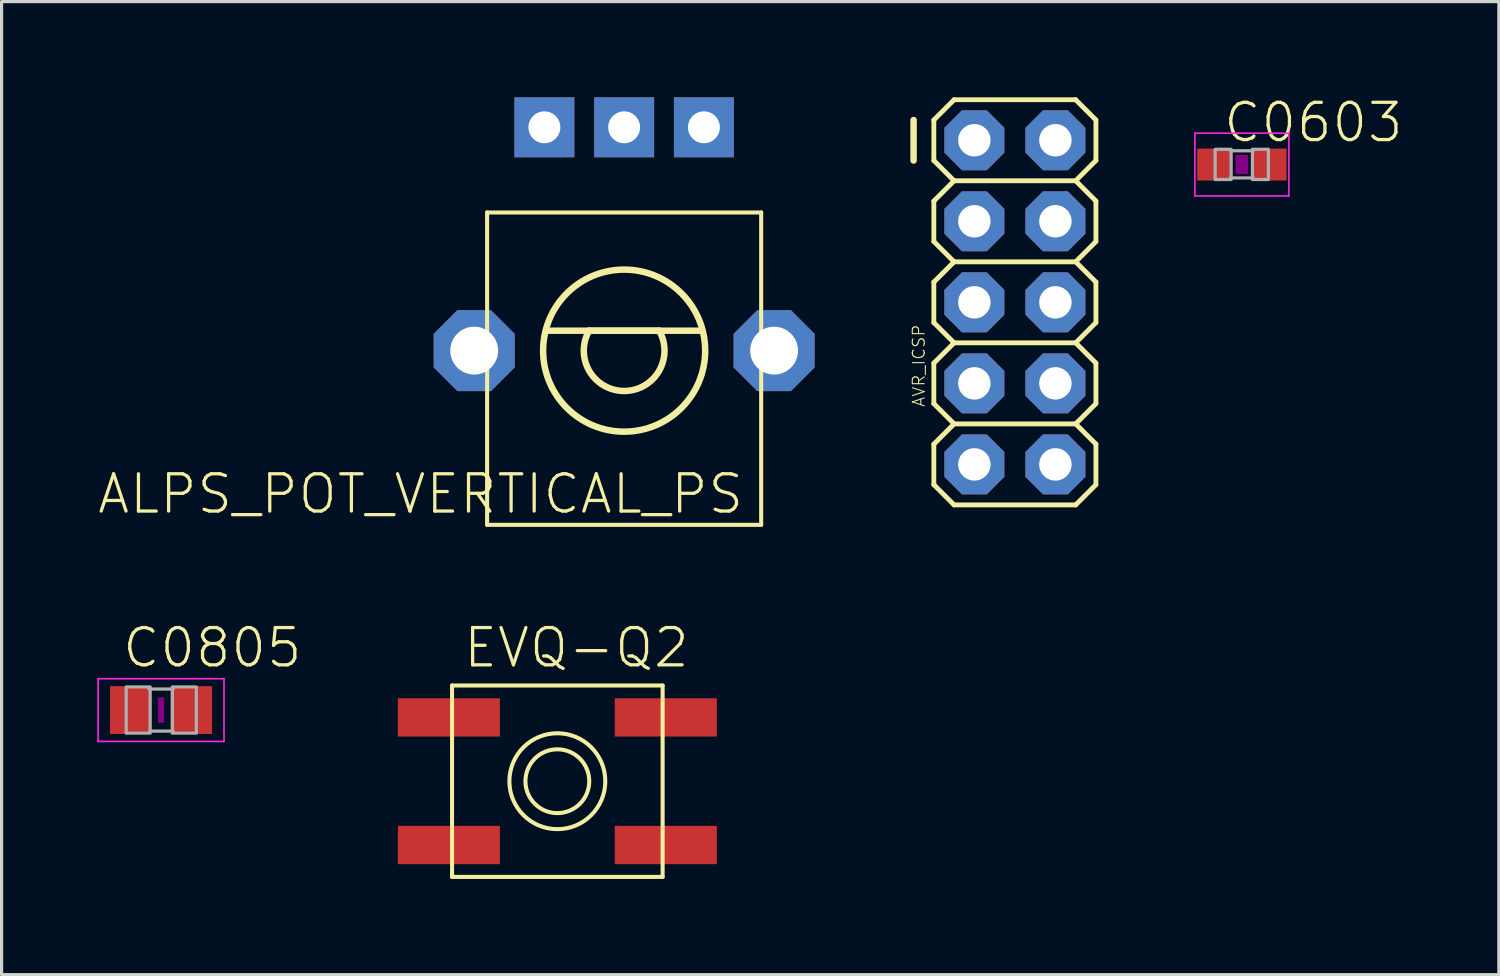
<source format=kicad_pcb>
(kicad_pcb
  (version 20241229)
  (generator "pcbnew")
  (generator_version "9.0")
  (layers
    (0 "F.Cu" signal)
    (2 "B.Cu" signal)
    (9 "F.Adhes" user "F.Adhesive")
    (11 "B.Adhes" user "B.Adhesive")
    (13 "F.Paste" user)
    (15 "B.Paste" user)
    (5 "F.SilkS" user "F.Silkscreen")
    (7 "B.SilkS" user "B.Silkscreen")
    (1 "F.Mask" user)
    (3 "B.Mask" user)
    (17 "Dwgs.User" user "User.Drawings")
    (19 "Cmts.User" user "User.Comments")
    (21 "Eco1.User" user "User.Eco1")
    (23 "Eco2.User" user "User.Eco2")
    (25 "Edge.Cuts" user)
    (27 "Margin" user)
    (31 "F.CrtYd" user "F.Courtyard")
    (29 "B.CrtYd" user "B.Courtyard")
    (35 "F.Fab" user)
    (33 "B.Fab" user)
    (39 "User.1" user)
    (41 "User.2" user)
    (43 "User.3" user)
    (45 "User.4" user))
  (footprint "EVQ-Q2"
    (layer "F.Cu")
    (at 14.419 21.436)
    (property "Reference" "EVQ-Q2" (at -3 -3.5 0) (layer "F.SilkS") (effects (font (size 1.168 1.168) (thickness 0.102)) (justify left bottom)))
    (fp_line (start -3.3 -3) (end 3.3 -3) (stroke (width 0.127) (type solid)) (layer "F.SilkS"))
    (fp_line (start -3.3 3) (end -3.3 -3) (stroke (width 0.127) (type solid)) (layer "F.SilkS"))
    (fp_line (start 3.3 -3) (end 3.3 3) (stroke (width 0.127) (type solid)) (layer "F.SilkS"))
    (fp_line (start 3.3 3) (end -3.3 3) (stroke (width 0.127) (type solid)) (layer "F.SilkS"))
    (fp_circle (center 0 0) (end 1 0) (stroke (width 0.127) (type solid)) (fill no) (layer "F.SilkS"))
    (fp_circle (center 0 0) (end 1.503 0) (stroke (width 0.127) (type solid)) (fill no) (layer "F.SilkS"))
    (pad "A" smd rect (at -3.4 2) (size 3.2 1.2) (layers "F.Cu" "F.Mask" "F.Paste"))
    (pad "A'" smd rect (at 3.4 2) (size 3.2 1.2) (layers "F.Cu" "F.Mask" "F.Paste"))
    (pad "B" smd rect (at -3.4 -2) (size 3.2 1.2) (layers "F.Cu" "F.Mask" "F.Paste"))
    (pad "B'" smd rect (at 3.4 -2) (size 3.2 1.2) (layers "F.Cu" "F.Mask" "F.Paste")))
  (footprint "C0805"
    (layer "F.Cu")
    (at 1.998 19.206)
    (property "Reference" "C0805" (at -1.27 -1.27 0) (layer "F.SilkS") (effects (font (size 1.168 1.168) (thickness 0.102)) (justify left bottom)))
    (fp_poly (pts (xy -0.1 0.4) (xy 0.1 0.4) (xy 0.1 -0.4) (xy -0.1 -0.4)) (stroke (width 0) (type solid)) (fill yes) (layer "F.Adhes"))
    (fp_line (start -1.973 -0.983) (end 1.973 -0.983) (stroke (width 0.051) (type solid)) (layer "F.CrtYd"))
    (fp_line (start -1.973 0.983) (end -1.973 -0.983) (stroke (width 0.051) (type solid)) (layer "F.CrtYd"))
    (fp_line (start 1.973 -0.983) (end 1.973 0.983) (stroke (width 0.051) (type solid)) (layer "F.CrtYd"))
    (fp_line (start 1.973 0.983) (end -1.973 0.983) (stroke (width 0.051) (type solid)) (layer "F.CrtYd"))
    (fp_line (start -0.381 -0.66) (end 0.381 -0.66) (stroke (width 0.102) (type solid)) (layer "F.Fab"))
    (fp_line (start -0.356 0.66) (end 0.381 0.66) (stroke (width 0.102) (type solid)) (layer "F.Fab"))
    (fp_poly (pts (xy -1.092 0.724) (xy -0.342 0.724) (xy -0.342 -0.726) (xy -1.092 -0.726)) (stroke (width 0.1) (type solid)) (fill no) (layer "F.Fab"))
    (fp_poly (pts (xy 0.356 0.724) (xy 1.106 0.724) (xy 1.106 -0.726) (xy 0.356 -0.726)) (stroke (width 0.1) (type solid)) (fill no) (layer "F.Fab"))
    (pad "1" smd rect (at -0.95 0) (size 1.3 1.5) (layers "F.Cu" "F.Mask" "F.Paste"))
    (pad "2" smd rect (at 0.95 0) (size 1.3 1.5) (layers "F.Cu" "F.Mask" "F.Paste")))
  (footprint "ALPS_POT_VERTICAL_PS"
    (layer "F.Cu")
    (at 16.513 7.94)
    (property "Reference" "ALPS_POT_VERTICAL_PS" (at 3.81 3.81 0) (layer "F.SilkS") (effects (font (size 1.168 1.168) (thickness 0.102)) (justify right top)))
    (fp_line (start -4.295 -4.33) (end 4.295 -4.33) (stroke (width 0.127) (type solid)) (layer "F.SilkS"))
    (fp_line (start -4.295 5.46) (end -4.295 -4.33) (stroke (width 0.127) (type solid)) (layer "F.SilkS"))
    (fp_line (start -2.45 -0.625) (end 2.425 -0.625) (stroke (width 0.203) (type solid)) (layer "F.SilkS"))
    (fp_line (start -1.1 -0.625) (end 1.1 -0.625) (stroke (width 0.203) (type solid)) (layer "F.SilkS"))
    (fp_line (start 4.295 -4.33) (end 4.295 5.46) (stroke (width 0.127) (type solid)) (layer "F.SilkS"))
    (fp_line (start 4.295 5.46) (end -4.295 5.46) (stroke (width 0.127) (type solid)) (layer "F.SilkS"))
    (fp_arc (start 1.1 -0.625) (mid 0 1.265158) (end -1.1 -0.625) (stroke (width 0.2032) (type solid)) (layer "F.SilkS"))
    (fp_circle (center 0 0) (end 2.54 0) (stroke (width 0.203) (type solid)) (fill no) (layer "F.SilkS"))
    (pad "P$1" thru_hole rect (at -2.5 -7 270) (size 1.88 1.88) (drill 1) (layers "*.Cu" "*.Mask"))
    (pad "P$2" thru_hole rect (at 0 -7 270) (size 1.88 1.88) (drill 1) (layers "*.Cu" "*.Mask"))
    (pad "P$3" thru_hole rect (at 2.5 -7 270) (size 1.88 1.88) (drill 1) (layers "*.Cu" "*.Mask"))
    (pad "P$4" thru_hole roundrect (at -4.7 0 270) (size 2.54 2.54) (drill 1.5) (layers "*.Cu" "*.Mask") (roundrect_rratio 0.25) (chamfer_ratio 0.293) (chamfer top_left top_right bottom_left bottom_right))
    (pad "P$5" thru_hole roundrect (at 4.7 0 270) (size 2.54 2.54) (drill 1.5) (layers "*.Cu" "*.Mask") (roundrect_rratio 0.25) (chamfer_ratio 0.293) (chamfer top_left top_right bottom_left bottom_right)))
  (footprint "AVR_ICSP"
    (layer "F.Cu")
    (at 28.76 6.426)
    (property "Reference" "AVR_ICSP" (at -2.794 3.302 90) (layer "F.SilkS") (effects (font (size 0.374 0.374) (thickness 0.033)) (justify left bottom)))
    (fp_line (start -3.175 -5.715) (end -3.175 -4.445) (stroke (width 0.203) (type solid)) (layer "F.SilkS"))
    (fp_line (start -2.54 -5.715) (end -2.54 -4.445) (stroke (width 0.152) (type solid)) (layer "F.SilkS"))
    (fp_line (start -2.54 -4.445) (end -1.905 -3.81) (stroke (width 0.152) (type solid)) (layer "F.SilkS"))
    (fp_line (start -2.54 -3.175) (end -2.54 -1.905) (stroke (width 0.152) (type solid)) (layer "F.SilkS"))
    (fp_line (start -2.54 -1.905) (end -1.905 -1.27) (stroke (width 0.152) (type solid)) (layer "F.SilkS"))
    (fp_line (start -2.54 -0.635) (end -2.54 0.635) (stroke (width 0.152) (type solid)) (layer "F.SilkS"))
    (fp_line (start -2.54 0.635) (end -1.905 1.27) (stroke (width 0.152) (type solid)) (layer "F.SilkS"))
    (fp_line (start -2.54 1.905) (end -2.54 3.175) (stroke (width 0.152) (type solid)) (layer "F.SilkS"))
    (fp_line (start -2.54 3.175) (end -1.905 3.81) (stroke (width 0.152) (type solid)) (layer "F.SilkS"))
    (fp_line (start -2.54 4.445) (end -2.54 5.715) (stroke (width 0.152) (type solid)) (layer "F.SilkS"))
    (fp_line (start -2.54 5.715) (end -1.905 6.35) (stroke (width 0.152) (type solid)) (layer "F.SilkS"))
    (fp_line (start -1.905 -6.35) (end -2.54 -5.715) (stroke (width 0.152) (type solid)) (layer "F.SilkS"))
    (fp_line (start -1.905 -6.35) (end 1.905 -6.35) (stroke (width 0.152) (type solid)) (layer "F.SilkS"))
    (fp_line (start -1.905 -3.81) (end -2.54 -3.175) (stroke (width 0.152) (type solid)) (layer "F.SilkS"))
    (fp_line (start -1.905 -1.27) (end -2.54 -0.635) (stroke (width 0.152) (type solid)) (layer "F.SilkS"))
    (fp_line (start -1.905 1.27) (end -2.54 1.905) (stroke (width 0.152) (type solid)) (layer "F.SilkS"))
    (fp_line (start -1.905 3.81) (end -2.54 4.445) (stroke (width 0.152) (type solid)) (layer "F.SilkS"))
    (fp_line (start 1.905 -6.35) (end 2.54 -5.715) (stroke (width 0.152) (type solid)) (layer "F.SilkS"))
    (fp_line (start 1.905 -3.81) (end -1.905 -3.81) (stroke (width 0.152) (type solid)) (layer "F.SilkS"))
    (fp_line (start 1.905 -3.81) (end 2.54 -3.175) (stroke (width 0.152) (type solid)) (layer "F.SilkS"))
    (fp_line (start 1.905 -1.27) (end -1.905 -1.27) (stroke (width 0.152) (type solid)) (layer "F.SilkS"))
    (fp_line (start 1.905 -1.27) (end 2.54 -0.635) (stroke (width 0.152) (type solid)) (layer "F.SilkS"))
    (fp_line (start 1.905 1.27) (end -1.905 1.27) (stroke (width 0.152) (type solid)) (layer "F.SilkS"))
    (fp_line (start 1.905 1.27) (end 2.54 1.905) (stroke (width 0.152) (type solid)) (layer "F.SilkS"))
    (fp_line (start 1.905 3.81) (end -1.905 3.81) (stroke (width 0.152) (type solid)) (layer "F.SilkS"))
    (fp_line (start 1.905 3.81) (end 2.54 4.445) (stroke (width 0.152) (type solid)) (layer "F.SilkS"))
    (fp_line (start 1.905 6.35) (end -1.905 6.35) (stroke (width 0.152) (type solid)) (layer "F.SilkS"))
    (fp_line (start 2.54 -5.715) (end 2.54 -4.445) (stroke (width 0.152) (type solid)) (layer "F.SilkS"))
    (fp_line (start 2.54 -4.445) (end 1.905 -3.81) (stroke (width 0.152) (type solid)) (layer "F.SilkS"))
    (fp_line (start 2.54 -3.175) (end 2.54 -1.905) (stroke (width 0.152) (type solid)) (layer "F.SilkS"))
    (fp_line (start 2.54 -1.905) (end 1.905 -1.27) (stroke (width 0.152) (type solid)) (layer "F.SilkS"))
    (fp_line (start 2.54 -0.635) (end 2.54 0.635) (stroke (width 0.152) (type solid)) (layer "F.SilkS"))
    (fp_line (start 2.54 0.635) (end 1.905 1.27) (stroke (width 0.152) (type solid)) (layer "F.SilkS"))
    (fp_line (start 2.54 1.905) (end 2.54 3.175) (stroke (width 0.152) (type solid)) (layer "F.SilkS"))
    (fp_line (start 2.54 3.175) (end 1.905 3.81) (stroke (width 0.152) (type solid)) (layer "F.SilkS"))
    (fp_line (start 2.54 4.445) (end 2.54 5.715) (stroke (width 0.152) (type solid)) (layer "F.SilkS"))
    (fp_line (start 2.54 5.715) (end 1.905 6.35) (stroke (width 0.152) (type solid)) (layer "F.SilkS"))
    (fp_poly (pts (xy -1.524 0.254) (xy -1.016 0.254) (xy -1.016 -0.254) (xy -1.524 -0.254)) (stroke (width 0) (type solid)) (fill yes) (layer "F.SilkS"))
    (fp_poly (pts (xy -1.524 -4.826) (xy -1.016 -4.826) (xy -1.016 -5.334) (xy -1.524 -5.334)) (stroke (width 0.1) (type solid)) (fill no) (layer "F.Fab"))
    (fp_poly (pts (xy -1.524 -2.286) (xy -1.016 -2.286) (xy -1.016 -2.794) (xy -1.524 -2.794)) (stroke (width 0.1) (type solid)) (fill no) (layer "F.Fab"))
    (fp_poly (pts (xy -1.524 2.794) (xy -1.016 2.794) (xy -1.016 2.286) (xy -1.524 2.286)) (stroke (width 0.1) (type solid)) (fill no) (layer "F.Fab"))
    (fp_poly (pts (xy -1.524 5.334) (xy -1.016 5.334) (xy -1.016 4.826) (xy -1.524 4.826)) (stroke (width 0.1) (type solid)) (fill no) (layer "F.Fab"))
    (fp_poly (pts (xy 1.016 -4.826) (xy 1.524 -4.826) (xy 1.524 -5.334) (xy 1.016 -5.334)) (stroke (width 0.1) (type solid)) (fill no) (layer "F.Fab"))
    (fp_poly (pts (xy 1.016 -2.286) (xy 1.524 -2.286) (xy 1.524 -2.794) (xy 1.016 -2.794)) (stroke (width 0.1) (type solid)) (fill no) (layer "F.Fab"))
    (fp_poly (pts (xy 1.016 0.254) (xy 1.524 0.254) (xy 1.524 -0.254) (xy 1.016 -0.254)) (stroke (width 0.1) (type solid)) (fill no) (layer "F.Fab"))
    (fp_poly (pts (xy 1.016 2.794) (xy 1.524 2.794) (xy 1.524 2.286) (xy 1.016 2.286)) (stroke (width 0.1) (type solid)) (fill no) (layer "F.Fab"))
    (fp_poly (pts (xy 1.016 5.334) (xy 1.524 5.334) (xy 1.524 4.826) (xy 1.016 4.826)) (stroke (width 0.1) (type solid)) (fill no) (layer "F.Fab"))
    (pad "1" thru_hole roundrect (at -1.27 -5.08 270) (size 1.88 1.88) (drill 1.016) (layers "*.Cu" "*.Mask") (roundrect_rratio 0.25) (chamfer_ratio 0.293) (chamfer top_left top_right bottom_left bottom_right))
    (pad "2" thru_hole roundrect (at 1.27 -5.08 270) (size 1.88 1.88) (drill 1.016) (layers "*.Cu" "*.Mask") (roundrect_rratio 0.25) (chamfer_ratio 0.293) (chamfer top_left top_right bottom_left bottom_right))
    (pad "3" thru_hole roundrect (at -1.27 -2.54 270) (size 1.88 1.88) (drill 1.016) (layers "*.Cu" "*.Mask") (roundrect_rratio 0.25) (chamfer_ratio 0.293) (chamfer top_left top_right bottom_left bottom_right))
    (pad "4" thru_hole roundrect (at 1.27 -2.54 270) (size 1.88 1.88) (drill 1.016) (layers "*.Cu" "*.Mask") (roundrect_rratio 0.25) (chamfer_ratio 0.293) (chamfer top_left top_right bottom_left bottom_right))
    (pad "5" thru_hole roundrect (at -1.27 0 270) (size 1.88 1.88) (drill 1.016) (layers "*.Cu" "*.Mask") (roundrect_rratio 0.25) (chamfer_ratio 0.293) (chamfer top_left top_right bottom_left bottom_right))
    (pad "6" thru_hole roundrect (at 1.27 0 270) (size 1.88 1.88) (drill 1.016) (layers "*.Cu" "*.Mask") (roundrect_rratio 0.25) (chamfer_ratio 0.293) (chamfer top_left top_right bottom_left bottom_right))
    (pad "7" thru_hole roundrect (at -1.27 2.54 270) (size 1.88 1.88) (drill 1.016) (layers "*.Cu" "*.Mask") (roundrect_rratio 0.25) (chamfer_ratio 0.293) (chamfer top_left top_right bottom_left bottom_right))
    (pad "8" thru_hole roundrect (at 1.27 2.54 270) (size 1.88 1.88) (drill 1.016) (layers "*.Cu" "*.Mask") (roundrect_rratio 0.25) (chamfer_ratio 0.293) (chamfer top_left top_right bottom_left bottom_right))
    (pad "9" thru_hole roundrect (at -1.27 5.08 270) (size 1.88 1.88) (drill 1.016) (layers "*.Cu" "*.Mask") (roundrect_rratio 0.25) (chamfer_ratio 0.293) (chamfer top_left top_right bottom_left bottom_right))
    (pad "10" thru_hole roundrect (at 1.27 5.08 270) (size 1.88 1.88) (drill 1.016) (layers "*.Cu" "*.Mask") (roundrect_rratio 0.25) (chamfer_ratio 0.293) (chamfer top_left top_right bottom_left bottom_right)))
  (footprint "C0603"
    (layer "F.Cu")
    (at 35.875 2.108)
    (property "Reference" "C0603" (at -0.635 -0.635 0) (layer "F.SilkS") (effects (font (size 1.168 1.168) (thickness 0.102)) (justify left bottom)))
    (fp_poly (pts (xy -0.2 0.3) (xy 0.2 0.3) (xy 0.2 -0.3) (xy -0.2 -0.3)) (stroke (width 0) (type solid)) (fill yes) (layer "F.Adhes"))
    (fp_line (start -1.473 -0.983) (end 1.473 -0.983) (stroke (width 0.051) (type solid)) (layer "F.CrtYd"))
    (fp_line (start -1.473 0.983) (end -1.473 -0.983) (stroke (width 0.051) (type solid)) (layer "F.CrtYd"))
    (fp_line (start 1.473 -0.983) (end 1.473 0.983) (stroke (width 0.051) (type solid)) (layer "F.CrtYd"))
    (fp_line (start 1.473 0.983) (end -1.473 0.983) (stroke (width 0.051) (type solid)) (layer "F.CrtYd"))
    (fp_line (start -0.356 -0.432) (end 0.356 -0.432) (stroke (width 0.102) (type solid)) (layer "F.Fab"))
    (fp_line (start -0.356 0.419) (end 0.356 0.419) (stroke (width 0.102) (type solid)) (layer "F.Fab"))
    (fp_poly (pts (xy -0.838 0.47) (xy -0.338 0.47) (xy -0.338 -0.48) (xy -0.838 -0.48)) (stroke (width 0.1) (type solid)) (fill no) (layer "F.Fab"))
    (fp_poly (pts (xy 0.33 0.47) (xy 0.83 0.47) (xy 0.83 -0.48) (xy 0.33 -0.48)) (stroke (width 0.1) (type solid)) (fill no) (layer "F.Fab"))
    (pad "1" smd rect (at -0.85 0) (size 1.1 1) (layers "F.Cu" "F.Mask" "F.Paste"))
    (pad "2" smd rect (at 0.85 0) (size 1.1 1) (layers "F.Cu" "F.Mask" "F.Paste")))
  (gr_rect
    (start -3 -3)
    (end 43.93 27.5)
    (stroke (width 0.1) (type default))
    (fill no)
    (layer "Edge.Cuts")))
</source>
